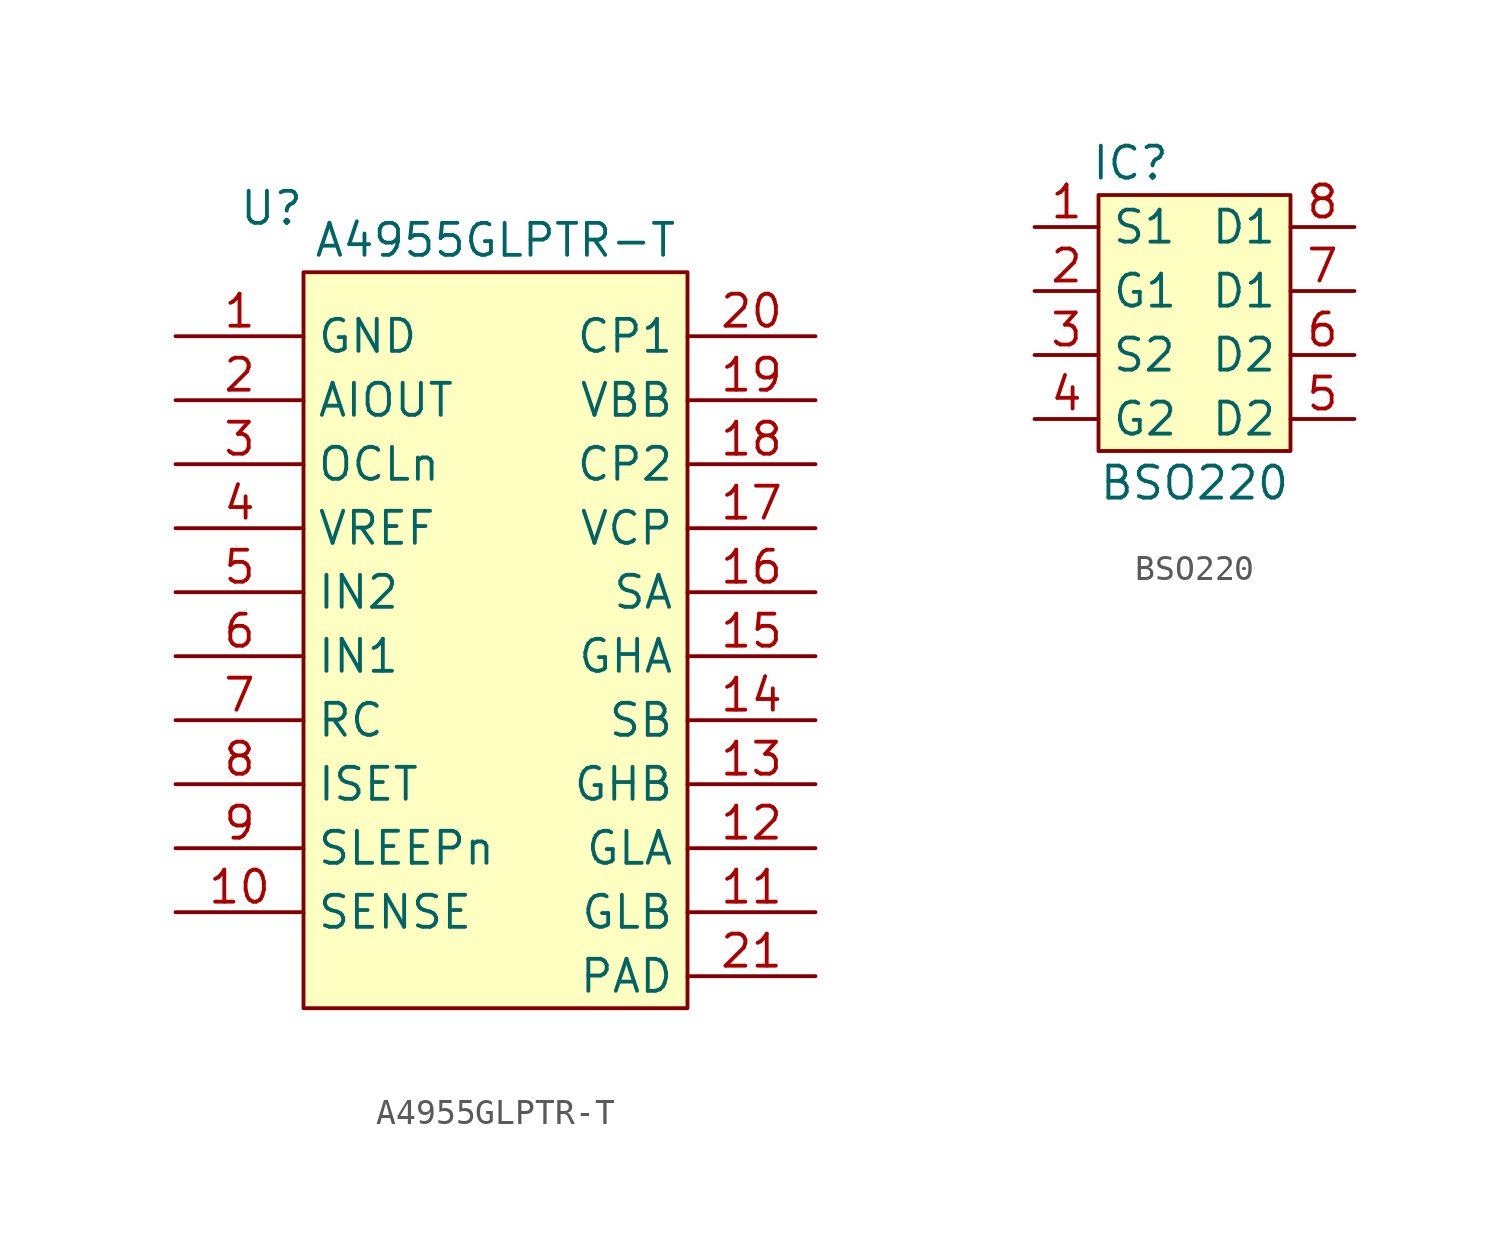
<source format=kicad_sym>
(kicad_symbol_lib
  (version 20211014)
  (generator kicad_symbol_editor)
  (symbol "A4955GLPTR-T"
    (property "Reference" "U"
      (at -8.89 16.51 0)
      (effects (font (size 1.27 1.27))))
    (property "Value" "A4955GLPTR-T"
      (at 0 15.24 0)
      (effects (font (size 1.27 1.27))))
    (symbol "A4955GLPTR-T_0_1"
      (rectangle (start -7.62 13.97) (end 7.62 -15.24) (stroke (width 0) (type default) (color 0 0 0 0)) (fill (type background))))
    (symbol "A4955GLPTR-T_1_1"
      (pin power_in line (at -12.7 11.43 0) (length 5.08) (name "GND" (effects (font (size 1.27 1.27)))) (number "1" (effects (font (size 1.27 1.27)))))
      (pin input line (at -12.7 -11.43 0) (length 5.08) (name "SENSE" (effects (font (size 1.27 1.27)))) (number "10" (effects (font (size 1.27 1.27)))))
      (pin input line (at 12.7 -11.43 180) (length 5.08) (name "GLB" (effects (font (size 1.27 1.27)))) (number "11" (effects (font (size 1.27 1.27)))))
      (pin input line (at 12.7 -8.89 180) (length 5.08) (name "GLA" (effects (font (size 1.27 1.27)))) (number "12" (effects (font (size 1.27 1.27)))))
      (pin output line (at 12.7 -6.35 180) (length 5.08) (name "GHB" (effects (font (size 1.27 1.27)))) (number "13" (effects (font (size 1.27 1.27)))))
      (pin output line (at 12.7 -3.81 180) (length 5.08) (name "SB" (effects (font (size 1.27 1.27)))) (number "14" (effects (font (size 1.27 1.27)))))
      (pin input line (at 12.7 -1.27 180) (length 5.08) (name "GHA" (effects (font (size 1.27 1.27)))) (number "15" (effects (font (size 1.27 1.27)))))
      (pin input line (at 12.7 1.27 180) (length 5.08) (name "SA" (effects (font (size 1.27 1.27)))) (number "16" (effects (font (size 1.27 1.27)))))
      (pin power_in line (at 12.7 3.81 180) (length 5.08) (name "VCP" (effects (font (size 1.27 1.27)))) (number "17" (effects (font (size 1.27 1.27)))))
      (pin input line (at 12.7 6.35 180) (length 5.08) (name "CP2" (effects (font (size 1.27 1.27)))) (number "18" (effects (font (size 1.27 1.27)))))
      (pin power_in line (at 12.7 8.89 180) (length 5.08) (name "VBB" (effects (font (size 1.27 1.27)))) (number "19" (effects (font (size 1.27 1.27)))))
      (pin output line (at -12.7 8.89 0) (length 5.08) (name "AIOUT" (effects (font (size 1.27 1.27)))) (number "2" (effects (font (size 1.27 1.27)))))
      (pin input line (at 12.7 11.43 180) (length 5.08) (name "CP1" (effects (font (size 1.27 1.27)))) (number "20" (effects (font (size 1.27 1.27)))))
      (pin power_in line (at 12.7 -13.97 180) (length 5.08) (name "PAD" (effects (font (size 1.27 1.27)))) (number "21" (effects (font (size 1.27 1.27)))))
      (pin output line (at -12.7 6.35 0) (length 5.08) (name "OCLn" (effects (font (size 1.27 1.27)))) (number "3" (effects (font (size 1.27 1.27)))))
      (pin output line (at -12.7 3.81 0) (length 5.08) (name "VREF" (effects (font (size 1.27 1.27)))) (number "4" (effects (font (size 1.27 1.27)))))
      (pin input line (at -12.7 1.27 0) (length 5.08) (name "IN2" (effects (font (size 1.27 1.27)))) (number "5" (effects (font (size 1.27 1.27)))))
      (pin input line (at -12.7 -1.27 0) (length 5.08) (name "IN1" (effects (font (size 1.27 1.27)))) (number "6" (effects (font (size 1.27 1.27)))))
      (pin output line (at -12.7 -3.81 0) (length 5.08) (name "RC" (effects (font (size 1.27 1.27)))) (number "7" (effects (font (size 1.27 1.27)))))
      (pin output line (at -12.7 -6.35 0) (length 5.08) (name "ISET" (effects (font (size 1.27 1.27)))) (number "8" (effects (font (size 1.27 1.27)))))
      (pin input line (at -12.7 -8.89 0) (length 5.08) (name "SLEEPn" (effects (font (size 1.27 1.27)))) (number "9" (effects (font (size 1.27 1.27)))))))
  (symbol "BSO220"
    (property "Reference" "IC"
      (at -2.54 6.35 0)
      (effects (font (size 1.27 1.27))))
    (property "Value" "BSO220"
      (at 0 -6.35 0)
      (effects (font (size 1.27 1.27))))
    (symbol "BSO220_0_1"
      (rectangle (start -3.81 5.08) (end 3.81 -5.08) (stroke (width 0) (type default) (color 0 0 0 0)) (fill (type background))))
    (symbol "BSO220_1_1"
      (pin input line (at -6.35 3.81 0) (length 2.54) (name "S1" (effects (font (size 1.27 1.27)))) (number "1" (effects (font (size 1.27 1.27)))))
      (pin input line (at -6.35 1.27 0) (length 2.54) (name "G1" (effects (font (size 1.27 1.27)))) (number "2" (effects (font (size 1.27 1.27)))))
      (pin input line (at -6.35 -1.27 0) (length 2.54) (name "S2" (effects (font (size 1.27 1.27)))) (number "3" (effects (font (size 1.27 1.27)))))
      (pin input line (at -6.35 -3.81 0) (length 2.54) (name "G2" (effects (font (size 1.27 1.27)))) (number "4" (effects (font (size 1.27 1.27)))))
      (pin input line (at 6.35 -3.81 180) (length 2.54) (name "D2" (effects (font (size 1.27 1.27)))) (number "5" (effects (font (size 1.27 1.27)))))
      (pin input line (at 6.35 -1.27 180) (length 2.54) (name "D2" (effects (font (size 1.27 1.27)))) (number "6" (effects (font (size 1.27 1.27)))))
      (pin input line (at 6.35 1.27 180) (length 2.54) (name "D1" (effects (font (size 1.27 1.27)))) (number "7" (effects (font (size 1.27 1.27)))))
      (pin input line (at 6.35 3.81 180) (length 2.54) (name "D1" (effects (font (size 1.27 1.27)))) (number "8" (effects (font (size 1.27 1.27))))))))
</source>
